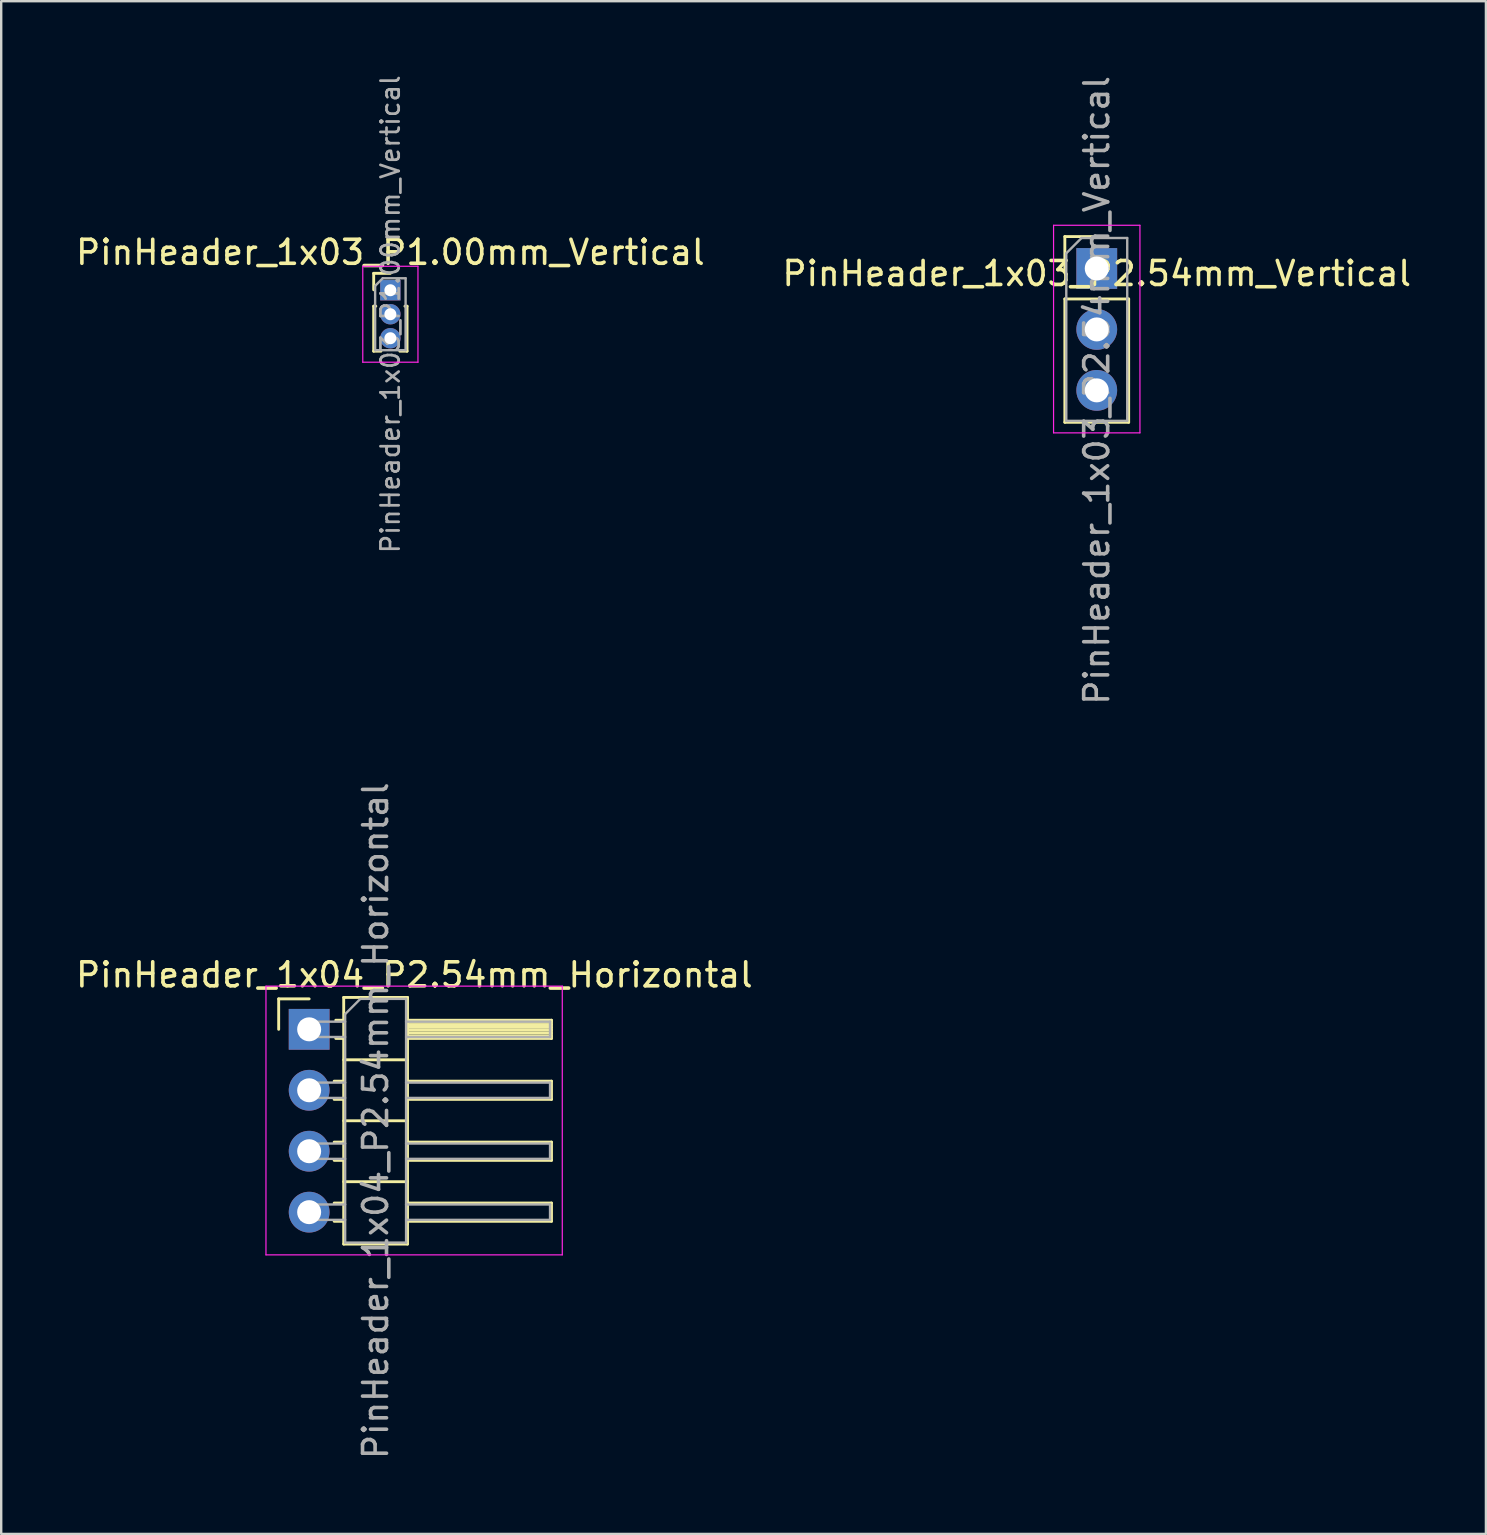
<source format=kicad_pcb>
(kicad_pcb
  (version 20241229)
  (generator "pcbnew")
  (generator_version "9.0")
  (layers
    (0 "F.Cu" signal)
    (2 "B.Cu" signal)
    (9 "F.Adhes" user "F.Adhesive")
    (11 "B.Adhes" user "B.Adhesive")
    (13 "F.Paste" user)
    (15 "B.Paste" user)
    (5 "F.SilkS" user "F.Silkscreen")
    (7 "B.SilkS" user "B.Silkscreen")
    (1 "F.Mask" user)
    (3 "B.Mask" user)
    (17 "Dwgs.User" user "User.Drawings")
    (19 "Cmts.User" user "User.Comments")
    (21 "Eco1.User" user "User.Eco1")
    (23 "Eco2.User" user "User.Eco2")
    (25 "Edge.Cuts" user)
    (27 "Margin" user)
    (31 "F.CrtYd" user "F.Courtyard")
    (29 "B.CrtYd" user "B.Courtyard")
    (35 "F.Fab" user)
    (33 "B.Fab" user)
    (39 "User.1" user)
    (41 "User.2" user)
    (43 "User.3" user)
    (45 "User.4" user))
  (footprint "PinHeader_1x04_P2.54mm_Horizontal"
    (layer "F.Cu")
    (at 9.835 43.661)
    (property "Reference" "PinHeader_1x04_P2.54mm_Horizontal" (at 4.385 -6.08 0) (layer "F.SilkS") (effects (font (size 1 1) (thickness 0.15))))
    (attr through_hole)
    (fp_line (start -1.27 -5.08) (end 0 -5.08) (stroke (width 0.12) (type solid)) (layer "F.SilkS"))
    (fp_line (start -1.27 -3.81) (end -1.27 -5.08) (stroke (width 0.12) (type solid)) (layer "F.SilkS"))
    (fp_line (start 1.043 -1.65) (end 1.44 -1.65) (stroke (width 0.12) (type solid)) (layer "F.SilkS"))
    (fp_line (start 1.043 -0.89) (end 1.44 -0.89) (stroke (width 0.12) (type solid)) (layer "F.SilkS"))
    (fp_line (start 1.043 0.89) (end 1.44 0.89) (stroke (width 0.12) (type solid)) (layer "F.SilkS"))
    (fp_line (start 1.043 1.65) (end 1.44 1.65) (stroke (width 0.12) (type solid)) (layer "F.SilkS"))
    (fp_line (start 1.043 3.43) (end 1.44 3.43) (stroke (width 0.12) (type solid)) (layer "F.SilkS"))
    (fp_line (start 1.043 4.19) (end 1.44 4.19) (stroke (width 0.12) (type solid)) (layer "F.SilkS"))
    (fp_line (start 1.11 -4.19) (end 1.44 -4.19) (stroke (width 0.12) (type solid)) (layer "F.SilkS"))
    (fp_line (start 1.11 -3.43) (end 1.44 -3.43) (stroke (width 0.12) (type solid)) (layer "F.SilkS"))
    (fp_line (start 1.44 -5.14) (end 1.44 5.14) (stroke (width 0.12) (type solid)) (layer "F.SilkS"))
    (fp_line (start 1.44 -2.54) (end 4.1 -2.54) (stroke (width 0.12) (type solid)) (layer "F.SilkS"))
    (fp_line (start 1.44 0) (end 4.1 0) (stroke (width 0.12) (type solid)) (layer "F.SilkS"))
    (fp_line (start 1.44 2.54) (end 4.1 2.54) (stroke (width 0.12) (type solid)) (layer "F.SilkS"))
    (fp_line (start 1.44 5.14) (end 4.1 5.14) (stroke (width 0.12) (type solid)) (layer "F.SilkS"))
    (fp_line (start 4.1 -5.14) (end 1.44 -5.14) (stroke (width 0.12) (type solid)) (layer "F.SilkS"))
    (fp_line (start 4.1 -4.19) (end 10.1 -4.19) (stroke (width 0.12) (type solid)) (layer "F.SilkS"))
    (fp_line (start 4.1 -4.13) (end 10.1 -4.13) (stroke (width 0.12) (type solid)) (layer "F.SilkS"))
    (fp_line (start 4.1 -4.01) (end 10.1 -4.01) (stroke (width 0.12) (type solid)) (layer "F.SilkS"))
    (fp_line (start 4.1 -3.89) (end 10.1 -3.89) (stroke (width 0.12) (type solid)) (layer "F.SilkS"))
    (fp_line (start 4.1 -3.77) (end 10.1 -3.77) (stroke (width 0.12) (type solid)) (layer "F.SilkS"))
    (fp_line (start 4.1 -3.65) (end 10.1 -3.65) (stroke (width 0.12) (type solid)) (layer "F.SilkS"))
    (fp_line (start 4.1 -3.53) (end 10.1 -3.53) (stroke (width 0.12) (type solid)) (layer "F.SilkS"))
    (fp_line (start 4.1 -1.65) (end 10.1 -1.65) (stroke (width 0.12) (type solid)) (layer "F.SilkS"))
    (fp_line (start 4.1 0.89) (end 10.1 0.89) (stroke (width 0.12) (type solid)) (layer "F.SilkS"))
    (fp_line (start 4.1 3.43) (end 10.1 3.43) (stroke (width 0.12) (type solid)) (layer "F.SilkS"))
    (fp_line (start 4.1 5.14) (end 4.1 -5.14) (stroke (width 0.12) (type solid)) (layer "F.SilkS"))
    (fp_line (start 10.1 -4.19) (end 10.1 -3.43) (stroke (width 0.12) (type solid)) (layer "F.SilkS"))
    (fp_line (start 10.1 -3.43) (end 4.1 -3.43) (stroke (width 0.12) (type solid)) (layer "F.SilkS"))
    (fp_line (start 10.1 -1.65) (end 10.1 -0.89) (stroke (width 0.12) (type solid)) (layer "F.SilkS"))
    (fp_line (start 10.1 -0.89) (end 4.1 -0.89) (stroke (width 0.12) (type solid)) (layer "F.SilkS"))
    (fp_line (start 10.1 0.89) (end 10.1 1.65) (stroke (width 0.12) (type solid)) (layer "F.SilkS"))
    (fp_line (start 10.1 1.65) (end 4.1 1.65) (stroke (width 0.12) (type solid)) (layer "F.SilkS"))
    (fp_line (start 10.1 3.43) (end 10.1 4.19) (stroke (width 0.12) (type solid)) (layer "F.SilkS"))
    (fp_line (start 10.1 4.19) (end 4.1 4.19) (stroke (width 0.12) (type solid)) (layer "F.SilkS"))
    (fp_line (start -1.8 -5.61) (end -1.8 5.59) (stroke (width 0.05) (type solid)) (layer "F.CrtYd"))
    (fp_line (start -1.8 5.59) (end 10.55 5.59) (stroke (width 0.05) (type solid)) (layer "F.CrtYd"))
    (fp_line (start 10.55 -5.61) (end -1.8 -5.61) (stroke (width 0.05) (type solid)) (layer "F.CrtYd"))
    (fp_line (start 10.55 5.59) (end 10.55 -5.61) (stroke (width 0.05) (type solid)) (layer "F.CrtYd"))
    (fp_line (start -0.32 -4.13) (end -0.32 -3.49) (stroke (width 0.1) (type solid)) (layer "F.Fab"))
    (fp_line (start -0.32 -4.13) (end 1.5 -4.13) (stroke (width 0.1) (type solid)) (layer "F.Fab"))
    (fp_line (start -0.32 -3.49) (end 1.5 -3.49) (stroke (width 0.1) (type solid)) (layer "F.Fab"))
    (fp_line (start -0.32 -1.59) (end -0.32 -0.95) (stroke (width 0.1) (type solid)) (layer "F.Fab"))
    (fp_line (start -0.32 -1.59) (end 1.5 -1.59) (stroke (width 0.1) (type solid)) (layer "F.Fab"))
    (fp_line (start -0.32 -0.95) (end 1.5 -0.95) (stroke (width 0.1) (type solid)) (layer "F.Fab"))
    (fp_line (start -0.32 0.95) (end -0.32 1.59) (stroke (width 0.1) (type solid)) (layer "F.Fab"))
    (fp_line (start -0.32 0.95) (end 1.5 0.95) (stroke (width 0.1) (type solid)) (layer "F.Fab"))
    (fp_line (start -0.32 1.59) (end 1.5 1.59) (stroke (width 0.1) (type solid)) (layer "F.Fab"))
    (fp_line (start -0.32 3.49) (end -0.32 4.13) (stroke (width 0.1) (type solid)) (layer "F.Fab"))
    (fp_line (start -0.32 3.49) (end 1.5 3.49) (stroke (width 0.1) (type solid)) (layer "F.Fab"))
    (fp_line (start -0.32 4.13) (end 1.5 4.13) (stroke (width 0.1) (type solid)) (layer "F.Fab"))
    (fp_line (start 1.5 -4.445) (end 2.135 -5.08) (stroke (width 0.1) (type solid)) (layer "F.Fab"))
    (fp_line (start 1.5 5.08) (end 1.5 -4.445) (stroke (width 0.1) (type solid)) (layer "F.Fab"))
    (fp_line (start 2.135 -5.08) (end 4.04 -5.08) (stroke (width 0.1) (type solid)) (layer "F.Fab"))
    (fp_line (start 4.04 -5.08) (end 4.04 5.08) (stroke (width 0.1) (type solid)) (layer "F.Fab"))
    (fp_line (start 4.04 -4.13) (end 10.04 -4.13) (stroke (width 0.1) (type solid)) (layer "F.Fab"))
    (fp_line (start 4.04 -3.49) (end 10.04 -3.49) (stroke (width 0.1) (type solid)) (layer "F.Fab"))
    (fp_line (start 4.04 -1.59) (end 10.04 -1.59) (stroke (width 0.1) (type solid)) (layer "F.Fab"))
    (fp_line (start 4.04 -0.95) (end 10.04 -0.95) (stroke (width 0.1) (type solid)) (layer "F.Fab"))
    (fp_line (start 4.04 0.95) (end 10.04 0.95) (stroke (width 0.1) (type solid)) (layer "F.Fab"))
    (fp_line (start 4.04 1.59) (end 10.04 1.59) (stroke (width 0.1) (type solid)) (layer "F.Fab"))
    (fp_line (start 4.04 3.49) (end 10.04 3.49) (stroke (width 0.1) (type solid)) (layer "F.Fab"))
    (fp_line (start 4.04 4.13) (end 10.04 4.13) (stroke (width 0.1) (type solid)) (layer "F.Fab"))
    (fp_line (start 4.04 5.08) (end 1.5 5.08) (stroke (width 0.1) (type solid)) (layer "F.Fab"))
    (fp_line (start 10.04 -4.13) (end 10.04 -3.49) (stroke (width 0.1) (type solid)) (layer "F.Fab"))
    (fp_line (start 10.04 -1.59) (end 10.04 -0.95) (stroke (width 0.1) (type solid)) (layer "F.Fab"))
    (fp_line (start 10.04 0.95) (end 10.04 1.59) (stroke (width 0.1) (type solid)) (layer "F.Fab"))
    (fp_line (start 10.04 3.49) (end 10.04 4.13) (stroke (width 0.1) (type solid)) (layer "F.Fab"))
    (fp_text user "${REFERENCE}" (at 2.77 0 90) (layer "F.Fab") (effects (font (size 1 1) (thickness 0.15))))
    (pad "1" thru_hole rect (at 0 -3.81) (size 1.7 1.7) (drill 1) (layers "*.Cu" "*.Mask"))
    (pad "2" thru_hole oval (at 0 -1.27) (size 1.7 1.7) (drill 1) (layers "*.Cu" "*.Mask"))
    (pad "3" thru_hole oval (at 0 1.27) (size 1.7 1.7) (drill 1) (layers "*.Cu" "*.Mask"))
    (pad "4" thru_hole oval (at 0 3.81) (size 1.7 1.7) (drill 1) (layers "*.Cu" "*.Mask")))
  (footprint "PinHeader_1x03_P1.00mm_Vertical"
    (layer "F.Cu")
    (at 13.22 9.047)
    (property "Reference" "PinHeader_1x03_P1.00mm_Vertical" (at 0 -1.58 0) (layer "F.SilkS") (effects (font (size 1 1) (thickness 0.15))))
    (attr through_hole)
    (fp_line (start -0.695 -0.705) (end 0 -0.705) (stroke (width 0.12) (type solid)) (layer "F.SilkS"))
    (fp_line (start -0.695 -0.02) (end -0.695 -0.705) (stroke (width 0.12) (type solid)) (layer "F.SilkS"))
    (fp_line (start -0.695 0.665) (end -0.695 2.54) (stroke (width 0.12) (type solid)) (layer "F.SilkS"))
    (fp_line (start -0.695 0.665) (end -0.608 0.665) (stroke (width 0.12) (type solid)) (layer "F.SilkS"))
    (fp_line (start -0.695 2.54) (end -0.394 2.54) (stroke (width 0.12) (type solid)) (layer "F.SilkS"))
    (fp_line (start 0.394 2.54) (end 0.695 2.54) (stroke (width 0.12) (type solid)) (layer "F.SilkS"))
    (fp_line (start 0.608 0.665) (end 0.695 0.665) (stroke (width 0.12) (type solid)) (layer "F.SilkS"))
    (fp_line (start 0.695 0.665) (end 0.695 2.54) (stroke (width 0.12) (type solid)) (layer "F.SilkS"))
    (fp_line (start -1.15 -1) (end -1.15 3) (stroke (width 0.05) (type solid)) (layer "F.CrtYd"))
    (fp_line (start -1.15 3) (end 1.15 3) (stroke (width 0.05) (type solid)) (layer "F.CrtYd"))
    (fp_line (start 1.15 -1) (end -1.15 -1) (stroke (width 0.05) (type solid)) (layer "F.CrtYd"))
    (fp_line (start 1.15 3) (end 1.15 -1) (stroke (width 0.05) (type solid)) (layer "F.CrtYd"))
    (fp_line (start -0.635 -0.182) (end -0.318 -0.5) (stroke (width 0.1) (type solid)) (layer "F.Fab"))
    (fp_line (start -0.635 2.5) (end -0.635 -0.182) (stroke (width 0.1) (type solid)) (layer "F.Fab"))
    (fp_line (start -0.318 -0.5) (end 0.635 -0.5) (stroke (width 0.1) (type solid)) (layer "F.Fab"))
    (fp_line (start 0.635 -0.5) (end 0.635 2.5) (stroke (width 0.1) (type solid)) (layer "F.Fab"))
    (fp_line (start 0.635 2.5) (end -0.635 2.5) (stroke (width 0.1) (type solid)) (layer "F.Fab"))
    (fp_text user "${REFERENCE}" (at 0 1 90) (layer "F.Fab") (effects (font (size 0.76 0.76) (thickness 0.114))))
    (pad "1" thru_hole rect (at 0 0) (size 0.85 0.85) (drill 0.5) (layers "*.Cu" "*.Mask"))
    (pad "2" thru_hole oval (at 0 1) (size 0.85 0.85) (drill 0.5) (layers "*.Cu" "*.Mask"))
    (pad "3" thru_hole oval (at 0 2) (size 0.85 0.85) (drill 0.5) (layers "*.Cu" "*.Mask")))
  (footprint "PinHeader_1x03_P2.54mm_Vertical"
    (layer "F.Cu")
    (at 42.661 10.68)
    (property "Reference" "PinHeader_1x03_P2.54mm_Vertical" (at 0 -2.33 0) (layer "F.SilkS") (effects (font (size 1 1) (thickness 0.15))))
    (attr through_hole)
    (fp_line (start -1.33 -3.87) (end 0 -3.87) (stroke (width 0.12) (type solid)) (layer "F.SilkS"))
    (fp_line (start -1.33 -2.54) (end -1.33 -3.87) (stroke (width 0.12) (type solid)) (layer "F.SilkS"))
    (fp_line (start -1.33 -1.27) (end -1.33 3.87) (stroke (width 0.12) (type solid)) (layer "F.SilkS"))
    (fp_line (start -1.33 -1.27) (end 1.33 -1.27) (stroke (width 0.12) (type solid)) (layer "F.SilkS"))
    (fp_line (start -1.33 3.87) (end 1.33 3.87) (stroke (width 0.12) (type solid)) (layer "F.SilkS"))
    (fp_line (start 1.33 -1.27) (end 1.33 3.87) (stroke (width 0.12) (type solid)) (layer "F.SilkS"))
    (fp_line (start -1.8 -4.34) (end -1.8 4.31) (stroke (width 0.05) (type solid)) (layer "F.CrtYd"))
    (fp_line (start -1.8 4.31) (end 1.8 4.31) (stroke (width 0.05) (type solid)) (layer "F.CrtYd"))
    (fp_line (start 1.8 -4.34) (end -1.8 -4.34) (stroke (width 0.05) (type solid)) (layer "F.CrtYd"))
    (fp_line (start 1.8 4.31) (end 1.8 -4.34) (stroke (width 0.05) (type solid)) (layer "F.CrtYd"))
    (fp_line (start -1.27 -3.175) (end -0.635 -3.81) (stroke (width 0.1) (type solid)) (layer "F.Fab"))
    (fp_line (start -1.27 3.81) (end -1.27 -3.175) (stroke (width 0.1) (type solid)) (layer "F.Fab"))
    (fp_line (start -0.635 -3.81) (end 1.27 -3.81) (stroke (width 0.1) (type solid)) (layer "F.Fab"))
    (fp_line (start 1.27 -3.81) (end 1.27 3.81) (stroke (width 0.1) (type solid)) (layer "F.Fab"))
    (fp_line (start 1.27 3.81) (end -1.27 3.81) (stroke (width 0.1) (type solid)) (layer "F.Fab"))
    (fp_text user "${REFERENCE}" (at 0 2.54 90) (layer "F.Fab") (effects (font (size 1 1) (thickness 0.15))))
    (pad "1" thru_hole rect (at 0 -2.54) (size 1.7 1.7) (drill 1) (layers "*.Cu" "*.Mask"))
    (pad "2" thru_hole oval (at 0 0) (size 1.7 1.7) (drill 1) (layers "*.Cu" "*.Mask"))
    (pad "3" thru_hole oval (at 0 2.54) (size 1.7 1.7) (drill 1) (layers "*.Cu" "*.Mask")))
  (gr_rect
    (start -3 -3)
    (end 58.881 60.881)
    (stroke (width 0.1) (type default))
    (fill no)
    (layer "Edge.Cuts")))
</source>
